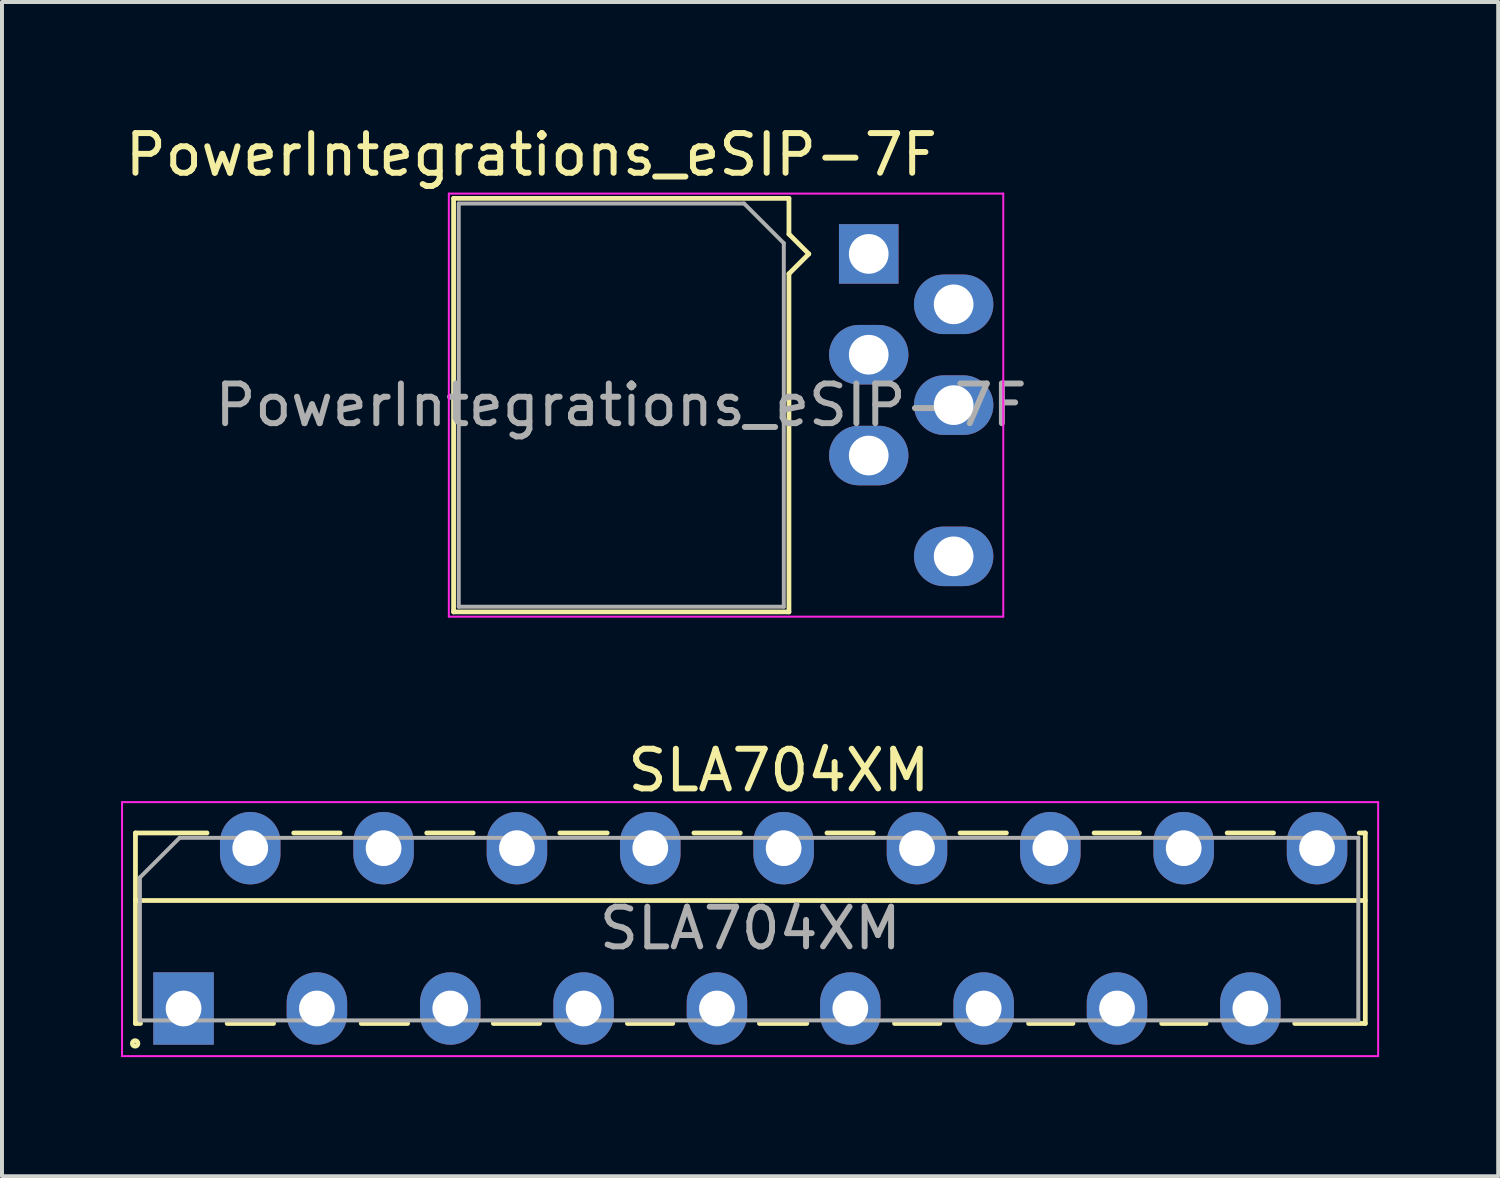
<source format=kicad_pcb>
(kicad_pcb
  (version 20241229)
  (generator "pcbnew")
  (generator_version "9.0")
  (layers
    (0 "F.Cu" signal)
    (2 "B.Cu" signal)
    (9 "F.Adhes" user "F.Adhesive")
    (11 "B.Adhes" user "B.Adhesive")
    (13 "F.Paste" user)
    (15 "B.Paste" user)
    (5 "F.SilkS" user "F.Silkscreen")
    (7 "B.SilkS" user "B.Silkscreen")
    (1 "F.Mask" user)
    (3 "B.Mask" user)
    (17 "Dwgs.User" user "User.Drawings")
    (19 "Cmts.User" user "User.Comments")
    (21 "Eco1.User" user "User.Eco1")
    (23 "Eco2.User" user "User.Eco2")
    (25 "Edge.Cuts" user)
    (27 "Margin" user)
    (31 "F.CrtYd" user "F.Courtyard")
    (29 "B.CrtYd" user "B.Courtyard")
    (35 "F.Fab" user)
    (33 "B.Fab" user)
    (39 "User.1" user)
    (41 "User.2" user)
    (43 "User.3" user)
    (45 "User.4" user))
  (footprint "SLA704XM"
    (layer "F.Cu")
    (at 1.575 22.361)
    (property "Reference" "SLA704XM" (at 15 -6 0) (layer "F.SilkS") (effects (font (size 1 1) (thickness 0.15))))
    (attr through_hole)
    (fp_line (start -1.212 -4.423) (end 0.591 -4.423) (stroke (width 0.12) (type solid)) (layer "F.SilkS"))
    (fp_line (start -1.212 -2.721) (end 29.776 -2.721) (stroke (width 0.12) (type solid)) (layer "F.SilkS"))
    (fp_line (start -1.212 0.377) (end -1.212 -4.423) (stroke (width 0.12) (type solid)) (layer "F.SilkS"))
    (fp_line (start -1.212 0.377) (end -1.085 0.377) (stroke (width 0.12) (type solid)) (layer "F.SilkS"))
    (fp_line (start 1.099 0.377) (end 2.268 0.377) (stroke (width 0.12) (type solid)) (layer "F.SilkS"))
    (fp_line (start 2.776 -4.423) (end 3.944 -4.423) (stroke (width 0.12) (type solid)) (layer "F.SilkS"))
    (fp_line (start 4.477 0.377) (end 5.646 0.377) (stroke (width 0.12) (type solid)) (layer "F.SilkS"))
    (fp_line (start 6.128 -4.423) (end 7.297 -4.423) (stroke (width 0.12) (type solid)) (layer "F.SilkS"))
    (fp_line (start 7.805 0.377) (end 8.973 0.377) (stroke (width 0.12) (type solid)) (layer "F.SilkS"))
    (fp_line (start 9.481 -4.423) (end 10.675 -4.423) (stroke (width 0.12) (type solid)) (layer "F.SilkS"))
    (fp_line (start 11.183 0.377) (end 12.326 0.377) (stroke (width 0.12) (type solid)) (layer "F.SilkS"))
    (fp_line (start 12.859 -4.423) (end 14.028 -4.423) (stroke (width 0.12) (type solid)) (layer "F.SilkS"))
    (fp_line (start 14.51 0.377) (end 15.704 0.377) (stroke (width 0.12) (type solid)) (layer "F.SilkS"))
    (fp_line (start 16.212 -4.423) (end 17.381 -4.423) (stroke (width 0.12) (type solid)) (layer "F.SilkS"))
    (fp_line (start 17.914 0.377) (end 19.057 0.377) (stroke (width 0.12) (type solid)) (layer "F.SilkS"))
    (fp_line (start 19.565 -4.423) (end 20.733 -4.423) (stroke (width 0.12) (type solid)) (layer "F.SilkS"))
    (fp_line (start 21.292 0.377) (end 22.41 0.377) (stroke (width 0.12) (type solid)) (layer "F.SilkS"))
    (fp_line (start 22.943 -4.423) (end 24.086 -4.423) (stroke (width 0.12) (type solid)) (layer "F.SilkS"))
    (fp_line (start 24.645 0.377) (end 25.763 0.377) (stroke (width 0.12) (type solid)) (layer "F.SilkS"))
    (fp_line (start 26.296 -4.423) (end 27.464 -4.423) (stroke (width 0.12) (type solid)) (layer "F.SilkS"))
    (fp_line (start 29.623 -4.423) (end 29.776 -4.423) (stroke (width 0.12) (type solid)) (layer "F.SilkS"))
    (fp_line (start 29.776 -4.423) (end 29.776 0.377) (stroke (width 0.12) (type solid)) (layer "F.SilkS"))
    (fp_line (start 29.776 0.377) (end 27.998 0.377) (stroke (width 0.12) (type solid)) (layer "F.SilkS"))
    (fp_circle (center -1.22 0.88) (end -1.22 0.87) (stroke (width 0.12) (type solid)) (fill no) (layer "F.SilkS"))
    (fp_line (start -1.55 -5.2) (end 30.1 -5.2) (stroke (width 0.05) (type solid)) (layer "F.CrtYd"))
    (fp_line (start -1.55 1.2) (end -1.55 -5.2) (stroke (width 0.05) (type solid)) (layer "F.CrtYd"))
    (fp_line (start 30.1 -5.2) (end 30.1 1.2) (stroke (width 0.05) (type solid)) (layer "F.CrtYd"))
    (fp_line (start 30.1 1.2) (end -1.55 1.2) (stroke (width 0.05) (type solid)) (layer "F.CrtYd"))
    (fp_line (start -1.1 -3.3) (end -0.1 -4.3) (stroke (width 0.1) (type solid)) (layer "F.Fab"))
    (fp_line (start -1.1 0.3) (end -1.1 -3.3) (stroke (width 0.1) (type solid)) (layer "F.Fab"))
    (fp_line (start -0.1 -4.3) (end 29.6 -4.3) (stroke (width 0.1) (type solid)) (layer "F.Fab"))
    (fp_line (start 29.6 -4.3) (end 29.6 0.3) (stroke (width 0.1) (type solid)) (layer "F.Fab"))
    (fp_line (start 29.6 0.3) (end -1.1 0.3) (stroke (width 0.1) (type solid)) (layer "F.Fab"))
    (fp_text user "${REFERENCE}" (at 14.28 -2.02 0) (layer "F.Fab") (effects (font (size 1 1) (thickness 0.15))))
    (pad "1" thru_hole rect (at 0 0) (size 1.524 1.824) (drill 0.9) (layers "*.Cu" "*.Mask"))
    (pad "2" thru_hole oval (at 1.68 -4.04) (size 1.524 1.824) (drill 0.9) (layers "*.Cu" "*.Mask"))
    (pad "3" thru_hole oval (at 3.36 0) (size 1.524 1.824) (drill 0.9) (layers "*.Cu" "*.Mask"))
    (pad "4" thru_hole oval (at 5.04 -4.04) (size 1.524 1.824) (drill 0.9) (layers "*.Cu" "*.Mask"))
    (pad "5" thru_hole oval (at 6.72 0) (size 1.524 1.824) (drill 0.9) (layers "*.Cu" "*.Mask"))
    (pad "6" thru_hole oval (at 8.4 -4.04) (size 1.524 1.824) (drill 0.9) (layers "*.Cu" "*.Mask"))
    (pad "7" thru_hole oval (at 10.08 0) (size 1.524 1.824) (drill 0.9) (layers "*.Cu" "*.Mask"))
    (pad "8" thru_hole oval (at 11.76 -4.04) (size 1.524 1.824) (drill 0.9) (layers "*.Cu" "*.Mask"))
    (pad "9" thru_hole oval (at 13.44 0) (size 1.524 1.824) (drill 0.9) (layers "*.Cu" "*.Mask"))
    (pad "10" thru_hole oval (at 15.12 -4.04) (size 1.524 1.824) (drill 0.9) (layers "*.Cu" "*.Mask"))
    (pad "11" thru_hole oval (at 16.8 0) (size 1.524 1.824) (drill 0.9) (layers "*.Cu" "*.Mask"))
    (pad "12" thru_hole oval (at 18.48 -4.04) (size 1.524 1.824) (drill 0.9) (layers "*.Cu" "*.Mask"))
    (pad "13" thru_hole oval (at 20.16 0) (size 1.524 1.824) (drill 0.9) (layers "*.Cu" "*.Mask"))
    (pad "14" thru_hole oval (at 21.84 -4.04) (size 1.524 1.824) (drill 0.9) (layers "*.Cu" "*.Mask"))
    (pad "15" thru_hole oval (at 23.52 0) (size 1.524 1.824) (drill 0.9) (layers "*.Cu" "*.Mask"))
    (pad "16" thru_hole oval (at 25.2 -4.04) (size 1.524 1.824) (drill 0.9) (layers "*.Cu" "*.Mask"))
    (pad "17" thru_hole oval (at 26.88 0) (size 1.524 1.824) (drill 0.9) (layers "*.Cu" "*.Mask"))
    (pad "18" thru_hole oval (at 28.56 -4.04) (size 1.524 1.824) (drill 0.9) (layers "*.Cu" "*.Mask")))
  (footprint "PowerIntegrations_eSIP-7F"
    (layer "F.Cu")
    (at 18.839 3.348)
    (property "Reference" "PowerIntegrations_eSIP-7F" (at -8.5 -2.5 0) (layer "F.SilkS") (effects (font (size 1 1) (thickness 0.15))))
    (attr through_hole)
    (fp_line (start -10.46 -1.4) (end -2.01 -1.4) (stroke (width 0.12) (type solid)) (layer "F.SilkS"))
    (fp_line (start -10.46 9.02) (end -10.46 -1.4) (stroke (width 0.12) (type solid)) (layer "F.SilkS"))
    (fp_line (start -2.01 -0.5) (end -2.01 -1.4) (stroke (width 0.12) (type solid)) (layer "F.SilkS"))
    (fp_line (start -2.01 0.5) (end -2.01 9.02) (stroke (width 0.12) (type solid)) (layer "F.SilkS"))
    (fp_line (start -2.01 0.5) (end -1.51 0) (stroke (width 0.12) (type solid)) (layer "F.SilkS"))
    (fp_line (start -2.01 9.02) (end -10.46 9.02) (stroke (width 0.12) (type solid)) (layer "F.SilkS"))
    (fp_line (start -1.51 0) (end -2.01 -0.5) (stroke (width 0.12) (type solid)) (layer "F.SilkS"))
    (fp_line (start -10.58 -1.52) (end 3.39 -1.52) (stroke (width 0.05) (type solid)) (layer "F.CrtYd"))
    (fp_line (start -10.58 9.14) (end -10.58 -1.52) (stroke (width 0.05) (type solid)) (layer "F.CrtYd"))
    (fp_line (start 3.39 -1.52) (end 3.39 9.14) (stroke (width 0.05) (type solid)) (layer "F.CrtYd"))
    (fp_line (start 3.39 9.14) (end -10.58 9.14) (stroke (width 0.05) (type solid)) (layer "F.CrtYd"))
    (fp_line (start -10.33 -1.27) (end -3.14 -1.27) (stroke (width 0.1) (type solid)) (layer "F.Fab"))
    (fp_line (start -10.33 8.89) (end -10.33 -1.27) (stroke (width 0.1) (type solid)) (layer "F.Fab"))
    (fp_line (start -3.14 -1.27) (end -2.14 -0.27) (stroke (width 0.1) (type solid)) (layer "F.Fab"))
    (fp_line (start -2.14 -0.27) (end -2.14 8.89) (stroke (width 0.1) (type solid)) (layer "F.Fab"))
    (fp_line (start -2.14 8.89) (end -10.33 8.89) (stroke (width 0.1) (type solid)) (layer "F.Fab"))
    (fp_text user "${REFERENCE}" (at -6.24 3.81 0) (layer "F.Fab") (effects (font (size 1 1) (thickness 0.15))))
    (pad "1" thru_hole rect (at 0 0) (size 1.5 1.5) (drill 1) (layers "*.Cu" "*.Mask"))
    (pad "2" thru_hole oval (at 2.14 1.27) (size 2 1.5) (drill 1) (layers "*.Cu" "*.Mask"))
    (pad "3" thru_hole oval (at 0 2.54) (size 2 1.5) (drill 1) (layers "*.Cu" "*.Mask"))
    (pad "4" thru_hole oval (at 2.14 3.81) (size 2 1.5) (drill 1) (layers "*.Cu" "*.Mask"))
    (pad "5" thru_hole oval (at 0 5.08) (size 2 1.5) (drill 1) (layers "*.Cu" "*.Mask"))
    (pad "7" thru_hole oval (at 2.14 7.62) (size 2 1.5) (drill 1) (layers "*.Cu" "*.Mask")))
  (gr_rect
    (start -3 -3)
    (end 34.7 26.587)
    (stroke (width 0.1) (type default))
    (fill no)
    (layer "Edge.Cuts")))
</source>
